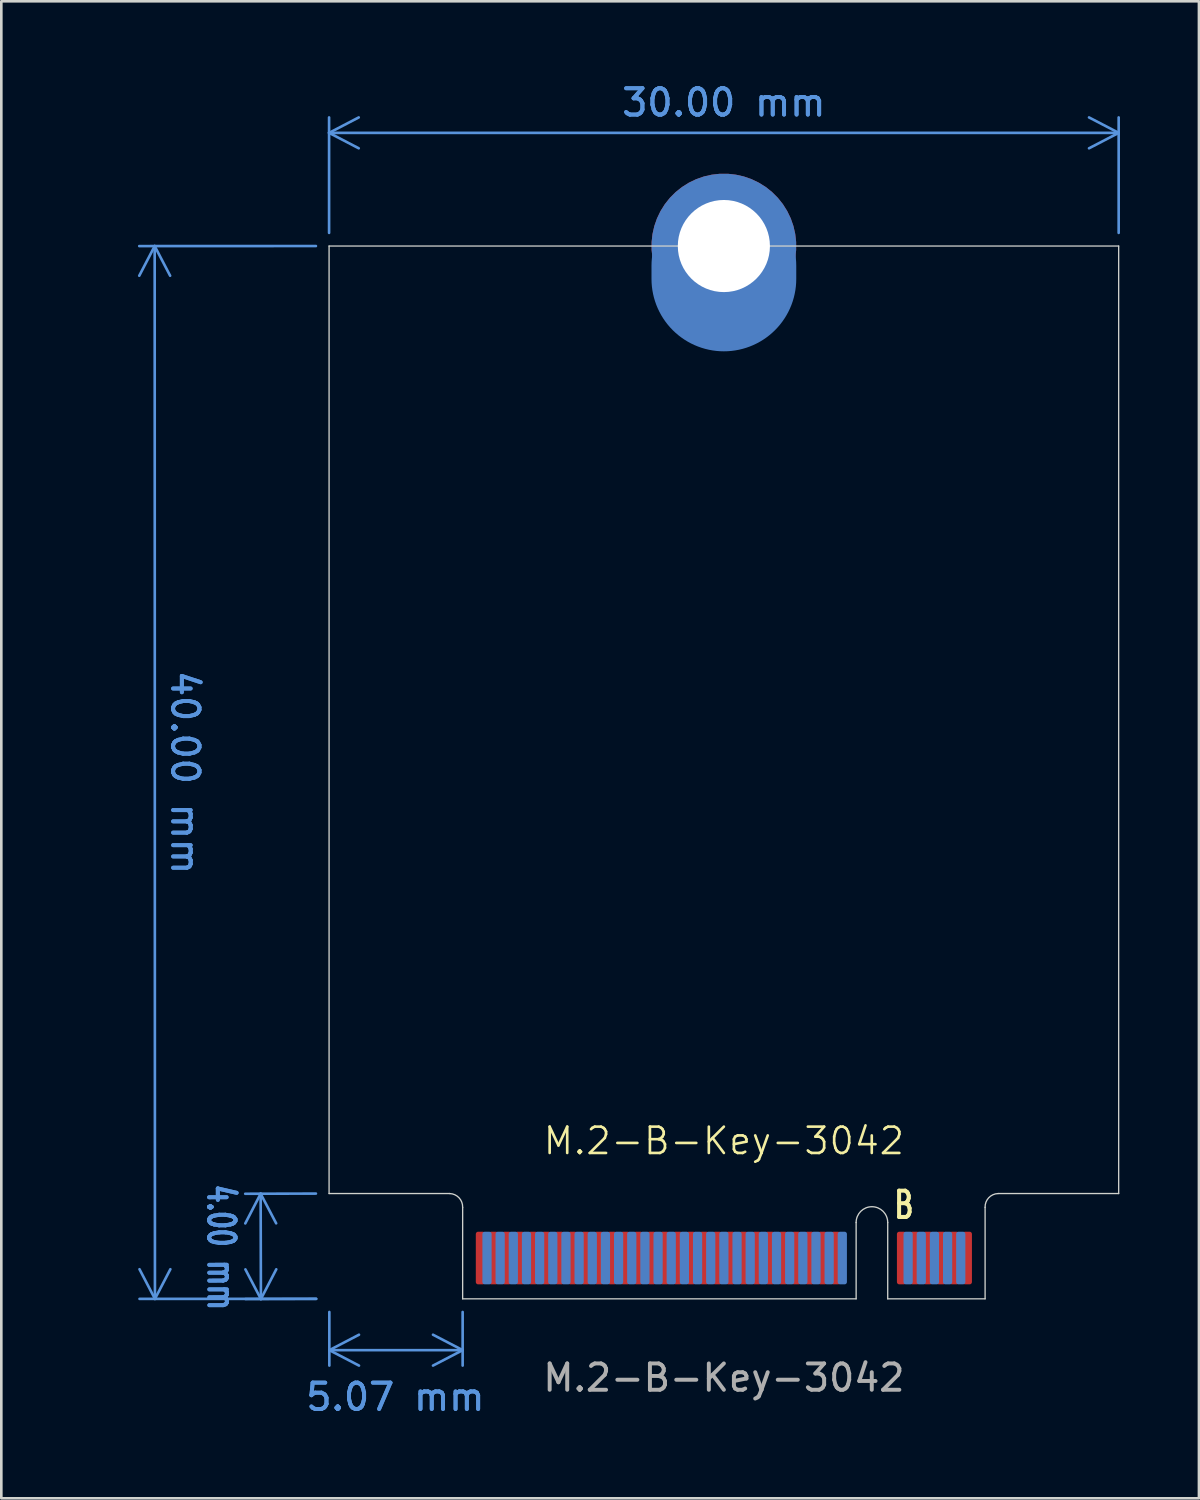
<source format=kicad_pcb>
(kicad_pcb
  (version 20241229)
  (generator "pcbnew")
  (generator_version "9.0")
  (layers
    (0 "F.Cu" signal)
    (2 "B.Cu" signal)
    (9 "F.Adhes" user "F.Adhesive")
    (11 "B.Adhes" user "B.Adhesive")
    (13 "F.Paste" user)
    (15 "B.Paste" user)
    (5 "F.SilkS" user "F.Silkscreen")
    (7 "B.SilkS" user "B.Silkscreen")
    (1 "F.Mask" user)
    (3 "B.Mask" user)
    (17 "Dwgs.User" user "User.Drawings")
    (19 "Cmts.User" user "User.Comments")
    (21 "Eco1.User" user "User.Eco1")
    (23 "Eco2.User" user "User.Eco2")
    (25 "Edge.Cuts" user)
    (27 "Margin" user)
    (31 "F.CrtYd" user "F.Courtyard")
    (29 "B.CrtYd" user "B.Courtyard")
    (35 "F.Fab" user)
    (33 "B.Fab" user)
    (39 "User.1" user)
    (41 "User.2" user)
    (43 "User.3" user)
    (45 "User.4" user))
  (footprint "M.2-B-Key-3042"
    (layer "F.Cu")
    (at 24.453 46.298)
    (property "Reference" "M.2-B-Key-3042" (at 0 -6 0) (unlocked yes) (layer "F.SilkS") (effects (font (size 1 1) (thickness 0.1))))
    (attr smd exclude_from_pos_files exclude_from_bom)
    (fp_line (start -15 -4) (end -15 -40) (stroke (width 0.05) (type default)) (layer "Edge.Cuts"))
    (fp_line (start -15 -4) (end -10.409 -4) (stroke (width 0.05) (type default)) (layer "Edge.Cuts"))
    (fp_line (start -9.925 0) (end -9.925 -3.476) (stroke (width 0.05) (type default)) (layer "Edge.Cuts"))
    (fp_line (start -9.925 0) (end 5.025 0) (stroke (width 0.05) (type default)) (layer "Edge.Cuts"))
    (fp_line (start 5.025 -2.9) (end 5.025 0) (stroke (width 0.05) (type default)) (layer "Edge.Cuts"))
    (fp_line (start 6.225 0) (end 6.225 -2.9) (stroke (width 0.05) (type default)) (layer "Edge.Cuts"))
    (fp_line (start 9.925 0) (end 6.225 0) (stroke (width 0.05) (type default)) (layer "Edge.Cuts"))
    (fp_line (start 9.925 0) (end 9.925 -3.476) (stroke (width 0.05) (type default)) (layer "Edge.Cuts"))
    (fp_line (start 10.417 -4) (end 15 -4) (stroke (width 0.05) (type default)) (layer "Edge.Cuts"))
    (fp_line (start 15 -40) (end -15 -40) (stroke (width 0.05) (type default)) (layer "Edge.Cuts"))
    (fp_line (start 15 -4) (end 15 -40) (stroke (width 0.05) (type default)) (layer "Edge.Cuts"))
    (fp_arc (start -10.417251 -4) (mid -10.062606 -3.839961) (end -9.925 -3.476023) (stroke (width 0.05) (type default)) (layer "Edge.Cuts"))
    (fp_arc (start 5.025 -2.9) (mid 5.625 -3.5) (end 6.225 -2.9) (stroke (width 0.05) (type default)) (layer "Edge.Cuts"))
    (fp_arc (start 9.925038 -3.476023) (mid 10.062619 -3.839958) (end 10.417251 -4) (stroke (width 0.05) (type default)) (layer "Edge.Cuts"))
    (fp_text user "B" (at 6.39 -2.98 0) (unlocked yes) (layer "F.SilkS") (effects (font (size 1 0.7) (thickness 0.153)) (justify left bottom)))
    (fp_text user "${REFERENCE}" (at 0 3 0) (unlocked yes) (layer "F.Fab") (effects (font (size 1 1) (thickness 0.15))))
    (dimension (type aligned) (layer "Cmts.User") (pts (xy 9.453 42.298) (xy 9.463 46.298)) (height 2.6) (format (prefix "") (suffix "") (units 3) (units_format 1) (precision 2)) (style (thickness 0.1) (arrow_length 1.27) (text_position_mode 2) (arrow_direction outward) (extension_height 0.586) (extension_offset 0.5) (keep_text_aligned yes)) (gr_text "4.00 mm" (at 5.353 44.338 270.143) (layer "Cmts.User") (effects (font (size 1 0.7) (thickness 0.15)))))
    (dimension (type aligned) (layer "Cmts.User") (pts (xy 14.528 46.298) (xy 9.463 46.298)) (height -1.95) (format (prefix "") (suffix "") (units 3) (units_format 1) (precision 2)) (style (thickness 0.1) (arrow_length 1.27) (text_position_mode 2) (arrow_direction outward) (extension_height 0.586) (extension_offset 0.5) (keep_text_aligned yes)) (gr_text "5.07 mm" (at 11.973 50.028 0) (layer "Cmts.User") (effects (font (size 1 1) (thickness 0.15)))))
    (dimension (type aligned) (layer "Cmts.User") (pts (xy 9.453 6.298) (xy 39.453 6.298)) (height -4.3) (format (prefix "") (suffix "") (units 3) (units_format 1) (precision 2)) (style (thickness 0.1) (arrow_length 1.27) (text_position_mode 0) (arrow_direction outward) (extension_height 0.586) (extension_offset 0.5) (keep_text_aligned yes)) (gr_text "30.00 mm" (at 24.453 0.848 0) (layer "Cmts.User") (effects (font (size 1 1) (thickness 0.15)))))
    (dimension (type aligned) (layer "Cmts.User") (pts (xy 9.453 6.298) (xy 9.463 46.298)) (height 6.626) (format (prefix "") (suffix "") (units 3) (units_format 1) (precision 2)) (style (thickness 0.1) (arrow_length 1.27) (text_position_mode 0) (arrow_direction outward) (extension_height 0.586) (extension_offset 0.5) (keep_text_aligned yes)) (gr_text "40.00 mm" (at 3.982 26.3 270.014) (layer "Cmts.User") (effects (font (size 1 1) (thickness 0.15)))))
    (pad "1" connect roundrect (at 9.25 -1.55) (size 0.35 2) (layers "F.Cu" "F.Mask") (roundrect_rratio 0.25))
    (pad "2" connect roundrect (at 9 -1.55 180) (size 0.35 2) (layers "B.Cu" "B.Mask") (roundrect_rratio 0.25))
    (pad "3" connect roundrect (at 8.75 -1.55) (size 0.35 2) (layers "F.Cu" "F.Mask") (roundrect_rratio 0.25))
    (pad "4" connect roundrect (at 8.5 -1.55 180) (size 0.35 2) (layers "B.Cu" "B.Mask") (roundrect_rratio 0.25))
    (pad "5" connect roundrect (at 8.25 -1.55) (size 0.35 2) (layers "F.Cu" "F.Mask") (roundrect_rratio 0.25))
    (pad "6" connect roundrect (at 8 -1.55 180) (size 0.35 2) (layers "B.Cu" "B.Mask") (roundrect_rratio 0.25))
    (pad "7" connect roundrect (at 7.75 -1.55) (size 0.35 2) (layers "F.Cu" "F.Mask") (roundrect_rratio 0.25))
    (pad "8" connect roundrect (at 7.5 -1.55) (size 0.35 2) (layers "B.Cu" "B.Mask") (roundrect_rratio 0.25))
    (pad "9" connect roundrect (at 7.25 -1.55) (size 0.35 2) (layers "F.Cu" "F.Mask") (roundrect_rratio 0.25))
    (pad "10" connect roundrect (at 7 -1.55) (size 0.35 2) (layers "B.Cu" "B.Mask") (roundrect_rratio 0.25))
    (pad "11" connect roundrect (at 6.75 -1.55) (size 0.35 2) (layers "F.Cu" "F.Mask") (roundrect_rratio 0.25))
    (pad "20" connect roundrect (at 4.5 -1.55) (size 0.35 2) (layers "B.Cu" "B.Mask") (roundrect_rratio 0.25))
    (pad "21" connect roundrect (at 4.25 -1.55) (size 0.35 2) (layers "F.Cu" "F.Mask") (roundrect_rratio 0.25))
    (pad "22" connect roundrect (at 4 -1.55) (size 0.35 2) (layers "B.Cu" "B.Mask") (roundrect_rratio 0.25))
    (pad "23" connect roundrect (at 3.75 -1.55) (size 0.35 2) (layers "F.Cu" "F.Mask") (roundrect_rratio 0.25))
    (pad "24" connect roundrect (at 3.5 -1.55) (size 0.35 2) (layers "B.Cu" "B.Mask") (roundrect_rratio 0.25))
    (pad "25" connect roundrect (at 3.25 -1.55) (size 0.35 2) (layers "F.Cu" "F.Mask") (roundrect_rratio 0.25))
    (pad "26" connect roundrect (at 3 -1.55) (size 0.35 2) (layers "B.Cu" "B.Mask") (roundrect_rratio 0.25))
    (pad "27" connect roundrect (at 2.75 -1.55) (size 0.35 2) (layers "F.Cu" "F.Mask") (roundrect_rratio 0.25))
    (pad "28" connect roundrect (at 2.5 -1.55 180) (size 0.35 2) (layers "B.Cu" "B.Mask") (roundrect_rratio 0.25))
    (pad "29" connect roundrect (at 2.25 -1.55) (size 0.35 2) (layers "F.Cu" "F.Mask") (roundrect_rratio 0.25))
    (pad "30" connect roundrect (at 2 -1.55 180) (size 0.35 2) (layers "B.Cu" "B.Mask") (roundrect_rratio 0.25))
    (pad "31" connect roundrect (at 1.75 -1.55) (size 0.35 2) (layers "F.Cu" "F.Mask") (roundrect_rratio 0.25))
    (pad "32" connect roundrect (at 1.5 -1.55 180) (size 0.35 2) (layers "B.Cu" "B.Mask") (roundrect_rratio 0.25))
    (pad "33" connect roundrect (at 1.25 -1.55) (size 0.35 2) (layers "F.Cu" "F.Mask") (roundrect_rratio 0.25))
    (pad "34" connect roundrect (at 1 -1.55 180) (size 0.35 2) (layers "B.Cu" "B.Mask") (roundrect_rratio 0.25))
    (pad "35" connect roundrect (at 0.75 -1.55) (size 0.35 2) (layers "F.Cu" "F.Mask") (roundrect_rratio 0.25))
    (pad "36" connect roundrect (at 0.5 -1.55) (size 0.35 2) (layers "B.Cu" "B.Mask") (roundrect_rratio 0.25))
    (pad "37" connect roundrect (at 0.25 -1.55 180) (size 0.35 2) (layers "F.Cu" "F.Mask") (roundrect_rratio 0.25))
    (pad "38" connect roundrect (at 0 -1.55) (size 0.35 2) (layers "B.Cu" "B.Mask") (roundrect_rratio 0.25))
    (pad "39" connect roundrect (at -0.25 -1.55) (size 0.35 2) (layers "F.Cu" "F.Mask") (roundrect_rratio 0.25))
    (pad "40" connect roundrect (at -0.5 -1.55) (size 0.35 2) (layers "B.Cu" "B.Mask") (roundrect_rratio 0.25))
    (pad "41" connect roundrect (at -0.75 -1.55) (size 0.35 2) (layers "F.Cu" "F.Mask") (roundrect_rratio 0.25))
    (pad "42" connect roundrect (at -1 -1.55 180) (size 0.35 2) (layers "B.Cu" "B.Mask") (roundrect_rratio 0.25))
    (pad "43" connect roundrect (at -1.25 -1.55) (size 0.35 2) (layers "F.Cu" "F.Mask") (roundrect_rratio 0.25))
    (pad "44" connect roundrect (at -1.5 -1.55 180) (size 0.35 2) (layers "B.Cu" "B.Mask") (roundrect_rratio 0.25))
    (pad "45" connect roundrect (at -1.75 -1.55) (size 0.35 2) (layers "F.Cu" "F.Mask") (roundrect_rratio 0.25))
    (pad "46" connect roundrect (at -2 -1.55) (size 0.35 2) (layers "B.Cu" "B.Mask") (roundrect_rratio 0.25))
    (pad "47" connect roundrect (at -2.25 -1.55 180) (size 0.35 2) (layers "F.Cu" "F.Mask") (roundrect_rratio 0.25))
    (pad "48" connect roundrect (at -2.5 -1.55) (size 0.35 2) (layers "B.Cu" "B.Mask") (roundrect_rratio 0.25))
    (pad "49" connect roundrect (at -2.75 -1.55 180) (size 0.35 2) (layers "F.Cu" "F.Mask") (roundrect_rratio 0.25))
    (pad "50" connect roundrect (at -3 -1.55) (size 0.35 2) (layers "B.Cu" "B.Mask") (roundrect_rratio 0.25))
    (pad "51" connect roundrect (at -3.25 -1.55 180) (size 0.35 2) (layers "F.Cu" "F.Mask") (roundrect_rratio 0.25))
    (pad "52" connect roundrect (at -3.5 -1.55) (size 0.35 2) (layers "B.Cu" "B.Mask") (roundrect_rratio 0.25))
    (pad "53" connect roundrect (at -3.75 -1.55 180) (size 0.35 2) (layers "F.Cu" "F.Mask") (roundrect_rratio 0.25))
    (pad "54" connect roundrect (at -4 -1.55 180) (size 0.35 2) (layers "B.Cu" "B.Mask") (roundrect_rratio 0.25))
    (pad "55" connect roundrect (at -4.25 -1.55) (size 0.35 2) (layers "F.Cu" "F.Mask") (roundrect_rratio 0.25))
    (pad "56" connect roundrect (at -4.5 -1.55 180) (size 0.35 2) (layers "B.Cu" "B.Mask") (roundrect_rratio 0.25))
    (pad "57" connect roundrect (at -4.75 -1.55) (size 0.35 2) (layers "F.Cu" "F.Mask") (roundrect_rratio 0.25))
    (pad "58" connect roundrect (at -5 -1.55 180) (size 0.35 2) (layers "B.Cu" "B.Mask") (roundrect_rratio 0.25))
    (pad "59" connect roundrect (at -5.25 -1.55) (size 0.35 2) (layers "F.Cu" "F.Mask") (roundrect_rratio 0.25))
    (pad "60" connect roundrect (at -5.5 -1.55) (size 0.35 2) (layers "B.Cu" "B.Mask") (roundrect_rratio 0.25))
    (pad "61" connect roundrect (at -5.75 -1.55 180) (size 0.35 2) (layers "F.Cu" "F.Mask") (roundrect_rratio 0.25))
    (pad "62" connect roundrect (at -6 -1.55) (size 0.35 2) (layers "B.Cu" "B.Mask") (roundrect_rratio 0.25))
    (pad "63" connect roundrect (at -6.25 -1.55 180) (size 0.35 2) (layers "F.Cu" "F.Mask") (roundrect_rratio 0.25))
    (pad "64" connect roundrect (at -6.5 -1.55 180) (size 0.35 2) (layers "B.Cu" "B.Mask") (roundrect_rratio 0.25))
    (pad "65" connect roundrect (at -6.75 -1.55 180) (size 0.35 2) (layers "F.Cu" "F.Mask") (roundrect_rratio 0.25))
    (pad "66" connect roundrect (at -7 -1.55 180) (size 0.35 2) (layers "B.Cu" "B.Mask") (roundrect_rratio 0.25))
    (pad "67" connect roundrect (at -7.25 -1.55 180) (size 0.35 2) (layers "F.Cu" "F.Mask") (roundrect_rratio 0.25))
    (pad "68" connect roundrect (at -7.5 -1.55 180) (size 0.35 2) (layers "B.Cu" "B.Mask") (roundrect_rratio 0.25))
    (pad "69" connect roundrect (at -7.75 -1.55) (size 0.35 2) (layers "F.Cu" "F.Mask") (roundrect_rratio 0.25))
    (pad "70" connect roundrect (at -8 -1.55) (size 0.35 2) (layers "B.Cu" "B.Mask") (roundrect_rratio 0.25))
    (pad "71" connect roundrect (at -8.25 -1.55) (size 0.35 2) (layers "F.Cu" "F.Mask") (roundrect_rratio 0.25))
    (pad "72" connect roundrect (at -8.5 -1.55) (size 0.35 2) (layers "B.Cu" "B.Mask") (roundrect_rratio 0.25))
    (pad "73" connect roundrect (at -8.75 -1.55) (size 0.35 2) (layers "F.Cu" "F.Mask") (roundrect_rratio 0.25))
    (pad "74" connect roundrect (at -9 -1.55) (size 0.35 2) (layers "B.Cu" "B.Mask") (roundrect_rratio 0.25))
    (pad "75" connect roundrect (at -9.25 -1.55) (size 0.35 2) (layers "F.Cu" "F.Mask") (roundrect_rratio 0.25))
    (pad "MH" thru_hole custom (at 0 -40 180) (size 5.5 5.5) (drill 3.5) (layers "*.Cu" "*.Mask") (remove_unused_layers yes) (keep_end_layers yes) (zone_layer_connections) (options (anchor circle)) (primitives))
    (pad "MH" connect oval (at 0 -40 180) (size 5.5 6) (drill (offset 0 -1)) (layers "F.Mask" "B.Cu"))
    (zone (net_name "") (layers "F.Cu" "Edge.Cuts") (hatch full 0.5) (connect_pads) (min_thickness 0.25) (filled_areas_thickness no) (keepout (tracks allowed) (vias allowed) (pads allowed) (copperpour allowed) (footprints not_allowed)) (placement (enabled no)) (fill) (polygon (pts (xy 14.528 46.298) (xy 34.378 46.298) (xy 34.378 42.298) (xy 14.528 42.298))))
    (zone (net_name "") (layers "B.Cu" "Edge.Cuts") (hatch full 0.5) (connect_pads) (min_thickness 0.25) (filled_areas_thickness no) (keepout (tracks allowed) (vias allowed) (pads allowed) (copperpour allowed) (footprints not_allowed)) (placement (enabled no)) (fill) (polygon (pts (xy 9.463 46.298) (xy 39.503 46.298) (xy 39.453 41.098) (xy 9.453 41.098)))))
  (gr_rect
    (start -3 -3)
    (end 42.503 53.877)
    (stroke (width 0.1) (type default))
    (fill no)
    (layer "Edge.Cuts")))
</source>
